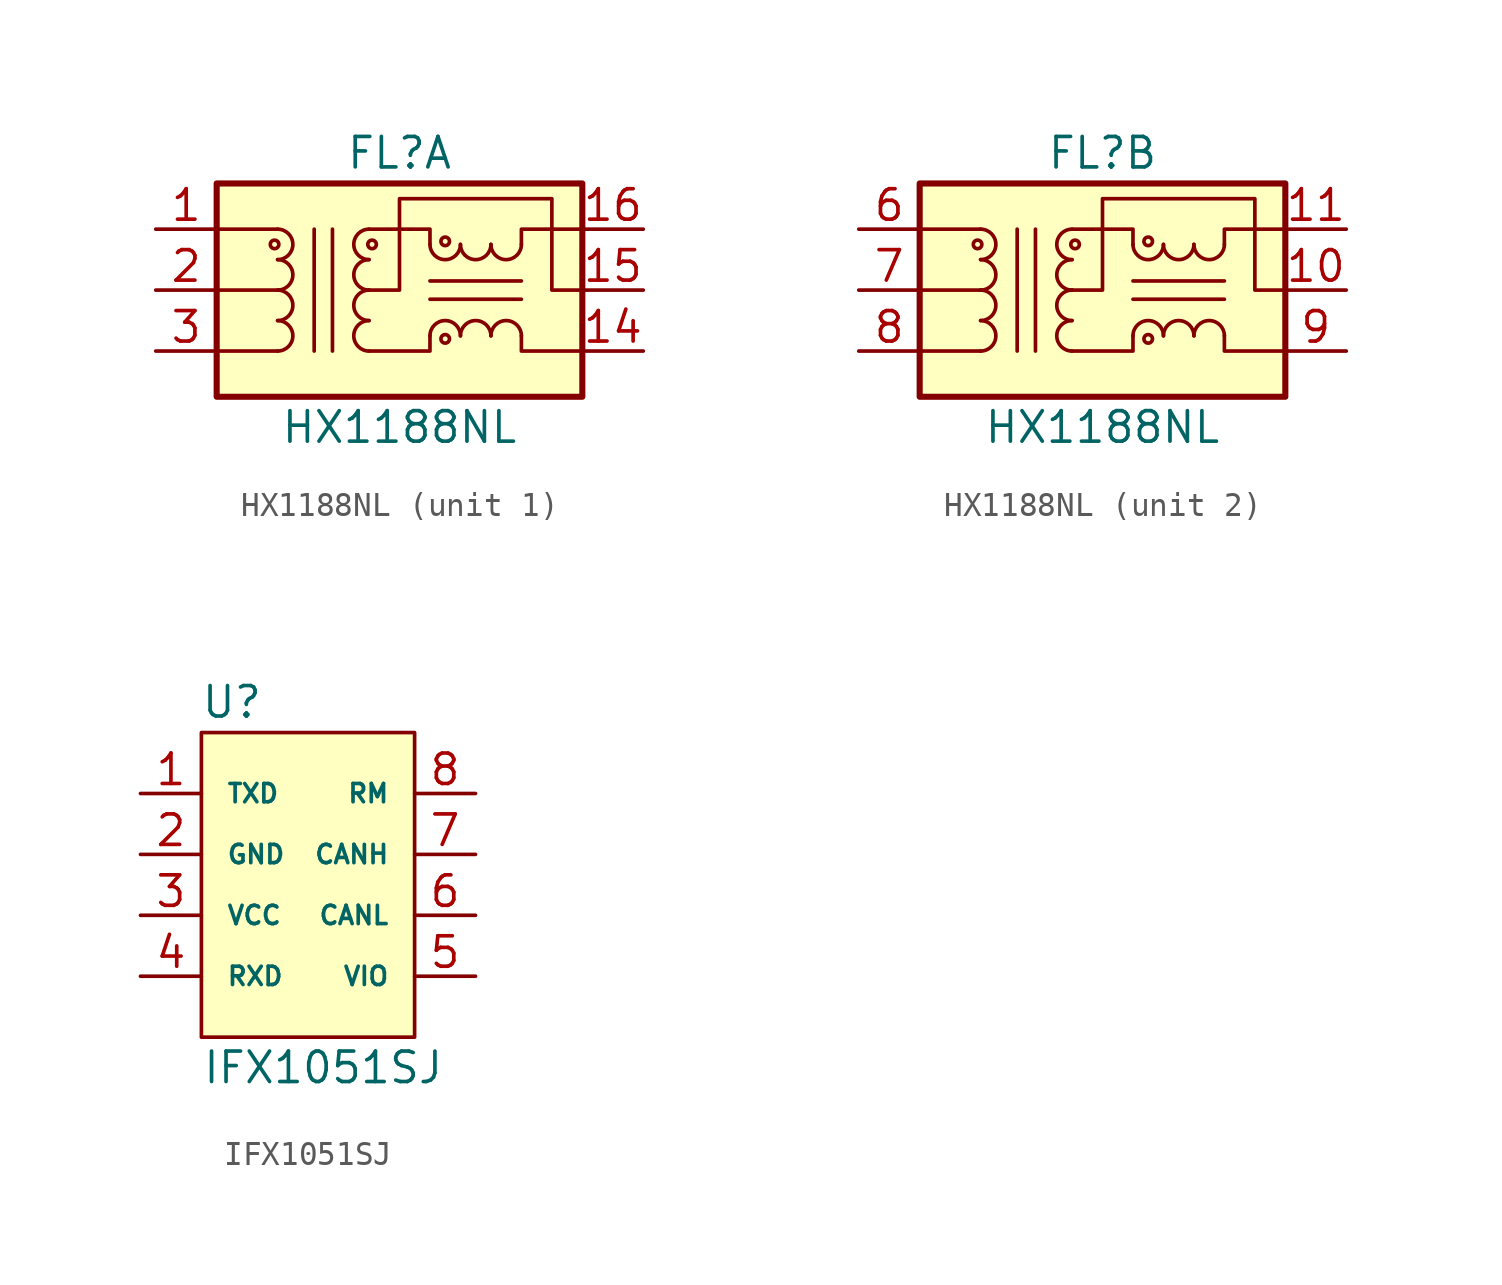
<source format=kicad_sym>
(kicad_symbol_lib
  (version 20231120)
  (generator "kicad_symbol_editor")
  (generator_version "8.0")
  (symbol "HX1188NL"
    (pin_names
      (offset 0.254) hide)
    (property "Reference" "FL"
      (at 0 5.715 0)
      (effects (font (size 1.27 1.27))))
    (property "Value" "HX1188NL"
      (at 0 -5.715 0)
      (effects (font (size 1.27 1.27))))
    (property "ki_locked" ""
      (at 0 0 0)
      (effects (font (size 1.27 1.27))))
    (symbol "HX1188NL_1_1"
      (rectangle (start -7.62 4.445) (end 7.62 -4.445) (stroke (width 0.254) (type default)) (fill (type background)))
      (circle (center -5.207 1.905) (radius 0.178) (stroke (width 0) (type default)) (fill (type none)))
      (arc (start -5.08 -2.54) (mid -4.4477 -1.905) (end -5.08 -1.27) (stroke (width 0) (type default)) (fill (type none)))
      (arc (start -5.08 -1.27) (mid -4.4477 -0.635) (end -5.08 0) (stroke (width 0) (type default)) (fill (type none)))
      (arc (start -5.08 0) (mid -4.4477 0.635) (end -5.08 1.27) (stroke (width 0) (type default)) (fill (type none)))
      (arc (start -5.08 1.27) (mid -4.4477 1.905) (end -5.08 2.54) (stroke (width 0) (type default)) (fill (type none)))
      (arc (start -1.27 -1.27) (mid -1.9023 -1.905) (end -1.27 -2.54) (stroke (width 0) (type default)) (fill (type none)))
      (arc (start -1.27 0) (mid -1.9023 -0.635) (end -1.27 -1.27) (stroke (width 0) (type default)) (fill (type none)))
      (arc (start -1.27 1.27) (mid -1.9023 0.635) (end -1.27 0) (stroke (width 0) (type default)) (fill (type none)))
      (arc (start -1.27 2.54) (mid -1.9023 1.905) (end -1.27 1.27) (stroke (width 0) (type default)) (fill (type none)))
      (circle (center -1.143 1.905) (radius 0.178) (stroke (width 0) (type default)) (fill (type none)))
      (polyline (pts (xy -5.08 -2.54) (xy -7.62 -2.54)) (stroke (width 0) (type default)) (fill (type none)))
      (polyline (pts (xy -5.08 0) (xy -7.62 0)) (stroke (width 0) (type default)) (fill (type none)))
      (polyline (pts (xy -5.08 2.54) (xy -7.62 2.54)) (stroke (width 0) (type default)) (fill (type none)))
      (polyline (pts (xy -3.556 -2.54) (xy -3.556 2.54)) (stroke (width 0) (type default)) (fill (type none)))
      (polyline (pts (xy -2.794 2.54) (xy -2.794 -2.54)) (stroke (width 0) (type default)) (fill (type none)))
      (polyline (pts (xy 1.27 -0.381) (xy 5.08 -0.381)) (stroke (width 0) (type default)) (fill (type none)))
      (polyline (pts (xy 1.27 0.381) (xy 5.08 0.381)) (stroke (width 0) (type default)) (fill (type none)))
      (polyline (pts (xy -1.27 -2.54) (xy 1.27 -2.54) (xy 1.27 -1.905)) (stroke (width 0) (type default)) (fill (type none)))
      (polyline (pts (xy 1.27 1.905) (xy 1.27 2.54) (xy -1.27 2.54)) (stroke (width 0) (type default)) (fill (type none)))
      (polyline (pts (xy 5.08 -1.905) (xy 5.08 -2.54) (xy 7.62 -2.54)) (stroke (width 0) (type default)) (fill (type none)))
      (polyline (pts (xy 5.08 1.905) (xy 5.08 2.54) (xy 7.62 2.54)) (stroke (width 0) (type default)) (fill (type none)))
      (polyline (pts (xy -1.27 0) (xy 0 0) (xy 0 3.81) (xy 6.35 3.81) (xy 6.35 0) (xy 7.62 0)) (stroke (width 0) (type default)) (fill (type none)))
      (arc (start 1.27 1.905) (mid 1.905 1.2727) (end 2.54 1.905) (stroke (width 0) (type default)) (fill (type none)))
      (circle (center 1.905 -2.032) (radius 0.178) (stroke (width 0) (type default)) (fill (type none)))
      (circle (center 1.905 2.032) (radius 0.178) (stroke (width 0) (type default)) (fill (type none)))
      (arc (start 2.54 -1.905) (mid 1.905 -1.2727) (end 1.27 -1.905) (stroke (width 0) (type default)) (fill (type none)))
      (arc (start 2.54 1.905) (mid 3.175 1.2727) (end 3.81 1.905) (stroke (width 0) (type default)) (fill (type none)))
      (arc (start 3.81 -1.905) (mid 3.175 -1.2727) (end 2.54 -1.905) (stroke (width 0) (type default)) (fill (type none)))
      (arc (start 3.81 1.905) (mid 4.445 1.2727) (end 5.08 1.905) (stroke (width 0) (type default)) (fill (type none)))
      (arc (start 5.08 -1.905) (mid 4.445 -1.2727) (end 3.81 -1.905) (stroke (width 0) (type default)) (fill (type none)))
      (pin passive line (at -10.16 2.54 0) (length 2.54) (name "TD+" (effects (font (size 1.27 1.27)))) (number "1" (effects (font (size 1.27 1.27)))))
      (pin passive line (at 10.16 -2.54 180) (length 2.54) (name "TX-" (effects (font (size 1.27 1.27)))) (number "14" (effects (font (size 1.27 1.27)))))
      (pin passive line (at 10.16 0 180) (length 2.54) (name "CMT" (effects (font (size 1.27 1.27)))) (number "15" (effects (font (size 1.27 1.27)))))
      (pin passive line (at 10.16 2.54 180) (length 2.54) (name "TX+" (effects (font (size 1.27 1.27)))) (number "16" (effects (font (size 1.27 1.27)))))
      (pin passive line (at -10.16 0 0) (length 2.54) (name "TCT" (effects (font (size 1.27 1.27)))) (number "2" (effects (font (size 1.27 1.27)))))
      (pin passive line (at -10.16 -2.54 0) (length 2.54) (name "TD-" (effects (font (size 1.27 1.27)))) (number "3" (effects (font (size 1.27 1.27))))))
    (symbol "HX1188NL_2_1"
      (rectangle (start -7.62 4.445) (end 7.62 -4.445) (stroke (width 0.254) (type default)) (fill (type background)))
      (circle (center -5.207 1.905) (radius 0.178) (stroke (width 0) (type default)) (fill (type none)))
      (arc (start -5.08 -2.54) (mid -4.4477 -1.905) (end -5.08 -1.27) (stroke (width 0) (type default)) (fill (type none)))
      (arc (start -5.08 -1.27) (mid -4.4477 -0.635) (end -5.08 0) (stroke (width 0) (type default)) (fill (type none)))
      (arc (start -5.08 0) (mid -4.4477 0.635) (end -5.08 1.27) (stroke (width 0) (type default)) (fill (type none)))
      (arc (start -5.08 1.27) (mid -4.4477 1.905) (end -5.08 2.54) (stroke (width 0) (type default)) (fill (type none)))
      (arc (start -1.27 -1.27) (mid -1.9023 -1.905) (end -1.27 -2.54) (stroke (width 0) (type default)) (fill (type none)))
      (arc (start -1.27 0) (mid -1.9023 -0.635) (end -1.27 -1.27) (stroke (width 0) (type default)) (fill (type none)))
      (arc (start -1.27 1.27) (mid -1.9023 0.635) (end -1.27 0) (stroke (width 0) (type default)) (fill (type none)))
      (arc (start -1.27 2.54) (mid -1.9023 1.905) (end -1.27 1.27) (stroke (width 0) (type default)) (fill (type none)))
      (circle (center -1.143 1.905) (radius 0.178) (stroke (width 0) (type default)) (fill (type none)))
      (polyline (pts (xy -5.08 -2.54) (xy -7.62 -2.54)) (stroke (width 0) (type default)) (fill (type none)))
      (polyline (pts (xy -5.08 0) (xy -7.62 0)) (stroke (width 0) (type default)) (fill (type none)))
      (polyline (pts (xy -5.08 2.54) (xy -7.62 2.54)) (stroke (width 0) (type default)) (fill (type none)))
      (polyline (pts (xy -3.556 -2.54) (xy -3.556 2.54)) (stroke (width 0) (type default)) (fill (type none)))
      (polyline (pts (xy -2.794 2.54) (xy -2.794 -2.54)) (stroke (width 0) (type default)) (fill (type none)))
      (polyline (pts (xy 1.27 -0.381) (xy 5.08 -0.381)) (stroke (width 0) (type default)) (fill (type none)))
      (polyline (pts (xy 1.27 0.381) (xy 5.08 0.381)) (stroke (width 0) (type default)) (fill (type none)))
      (polyline (pts (xy -1.27 -2.54) (xy 1.27 -2.54) (xy 1.27 -1.905)) (stroke (width 0) (type default)) (fill (type none)))
      (polyline (pts (xy 1.27 1.905) (xy 1.27 2.54) (xy -1.27 2.54)) (stroke (width 0) (type default)) (fill (type none)))
      (polyline (pts (xy 5.08 -1.905) (xy 5.08 -2.54) (xy 7.62 -2.54)) (stroke (width 0) (type default)) (fill (type none)))
      (polyline (pts (xy 5.08 1.905) (xy 5.08 2.54) (xy 7.62 2.54)) (stroke (width 0) (type default)) (fill (type none)))
      (polyline (pts (xy -1.27 0) (xy 0 0) (xy 0 3.81) (xy 6.35 3.81) (xy 6.35 0) (xy 7.62 0)) (stroke (width 0) (type default)) (fill (type none)))
      (arc (start 1.27 1.905) (mid 1.905 1.2727) (end 2.54 1.905) (stroke (width 0) (type default)) (fill (type none)))
      (circle (center 1.905 -2.032) (radius 0.178) (stroke (width 0) (type default)) (fill (type none)))
      (circle (center 1.905 2.032) (radius 0.178) (stroke (width 0) (type default)) (fill (type none)))
      (arc (start 2.54 -1.905) (mid 1.905 -1.2727) (end 1.27 -1.905) (stroke (width 0) (type default)) (fill (type none)))
      (arc (start 2.54 1.905) (mid 3.175 1.2727) (end 3.81 1.905) (stroke (width 0) (type default)) (fill (type none)))
      (arc (start 3.81 -1.905) (mid 3.175 -1.2727) (end 2.54 -1.905) (stroke (width 0) (type default)) (fill (type none)))
      (arc (start 3.81 1.905) (mid 4.445 1.2727) (end 5.08 1.905) (stroke (width 0) (type default)) (fill (type none)))
      (arc (start 5.08 -1.905) (mid 4.445 -1.2727) (end 3.81 -1.905) (stroke (width 0) (type default)) (fill (type none)))
      (pin passive line (at 10.16 0 180) (length 2.54) (name "CMT" (effects (font (size 1.27 1.27)))) (number "10" (effects (font (size 1.27 1.27)))))
      (pin passive line (at 10.16 2.54 180) (length 2.54) (name "RX+" (effects (font (size 1.27 1.27)))) (number "11" (effects (font (size 1.27 1.27)))))
      (pin passive line (at -10.16 2.54 0) (length 2.54) (name "RD+" (effects (font (size 1.27 1.27)))) (number "6" (effects (font (size 1.27 1.27)))))
      (pin passive line (at -10.16 0 0) (length 2.54) (name "RCT" (effects (font (size 1.27 1.27)))) (number "7" (effects (font (size 1.27 1.27)))))
      (pin passive line (at -10.16 -2.54 0) (length 2.54) (name "RD-" (effects (font (size 1.27 1.27)))) (number "8" (effects (font (size 1.27 1.27)))))
      (pin passive line (at 10.16 -2.54 180) (length 2.54) (name "RX-" (effects (font (size 1.27 1.27)))) (number "9" (effects (font (size 1.27 1.27)))))))
  (symbol "IFX1051SJ"
    (pin_names
      (offset 1.016))
    (property "Reference" "U"
      (at -3.81 0 0)
      (effects (font (size 1.27 1.27))))
    (property "Value" "IFX1051SJ"
      (at 0 -15.24 0)
      (effects (font (size 1.27 1.27))))
    (symbol "IFX1051SJ_0_1"
      (rectangle (start -5.08 -1.27) (end 3.81 -13.97) (stroke (width 0) (type default)) (fill (type background))))
    (symbol "IFX1051SJ_1_1"
      (pin input line (at -7.62 -3.81 0) (length 2.54) (name "TXD" (effects (font (size 0.762 0.762)))) (number "1" (effects (font (size 1.27 1.27)))))
      (pin power_in line (at -7.62 -6.35 0) (length 2.54) (name "GND" (effects (font (size 0.762 0.762)))) (number "2" (effects (font (size 1.27 1.27)))))
      (pin power_in line (at -7.62 -8.89 0) (length 2.54) (name "VCC" (effects (font (size 0.762 0.762)))) (number "3" (effects (font (size 1.27 1.27)))))
      (pin output line (at -7.62 -11.43 0) (length 2.54) (name "RXD" (effects (font (size 0.762 0.762)))) (number "4" (effects (font (size 1.27 1.27)))))
      (pin input line (at 6.35 -11.43 180) (length 2.54) (name "VIO" (effects (font (size 0.762 0.762)))) (number "5" (effects (font (size 1.27 1.27)))))
      (pin bidirectional line (at 6.35 -8.89 180) (length 2.54) (name "CANL" (effects (font (size 0.762 0.762)))) (number "6" (effects (font (size 1.27 1.27)))))
      (pin bidirectional line (at 6.35 -6.35 180) (length 2.54) (name "CANH" (effects (font (size 0.762 0.762)))) (number "7" (effects (font (size 1.27 1.27)))))
      (pin input line (at 6.35 -3.81 180) (length 2.54) (name "RM" (effects (font (size 0.762 0.762)))) (number "8" (effects (font (size 1.27 1.27))))))))
</source>
